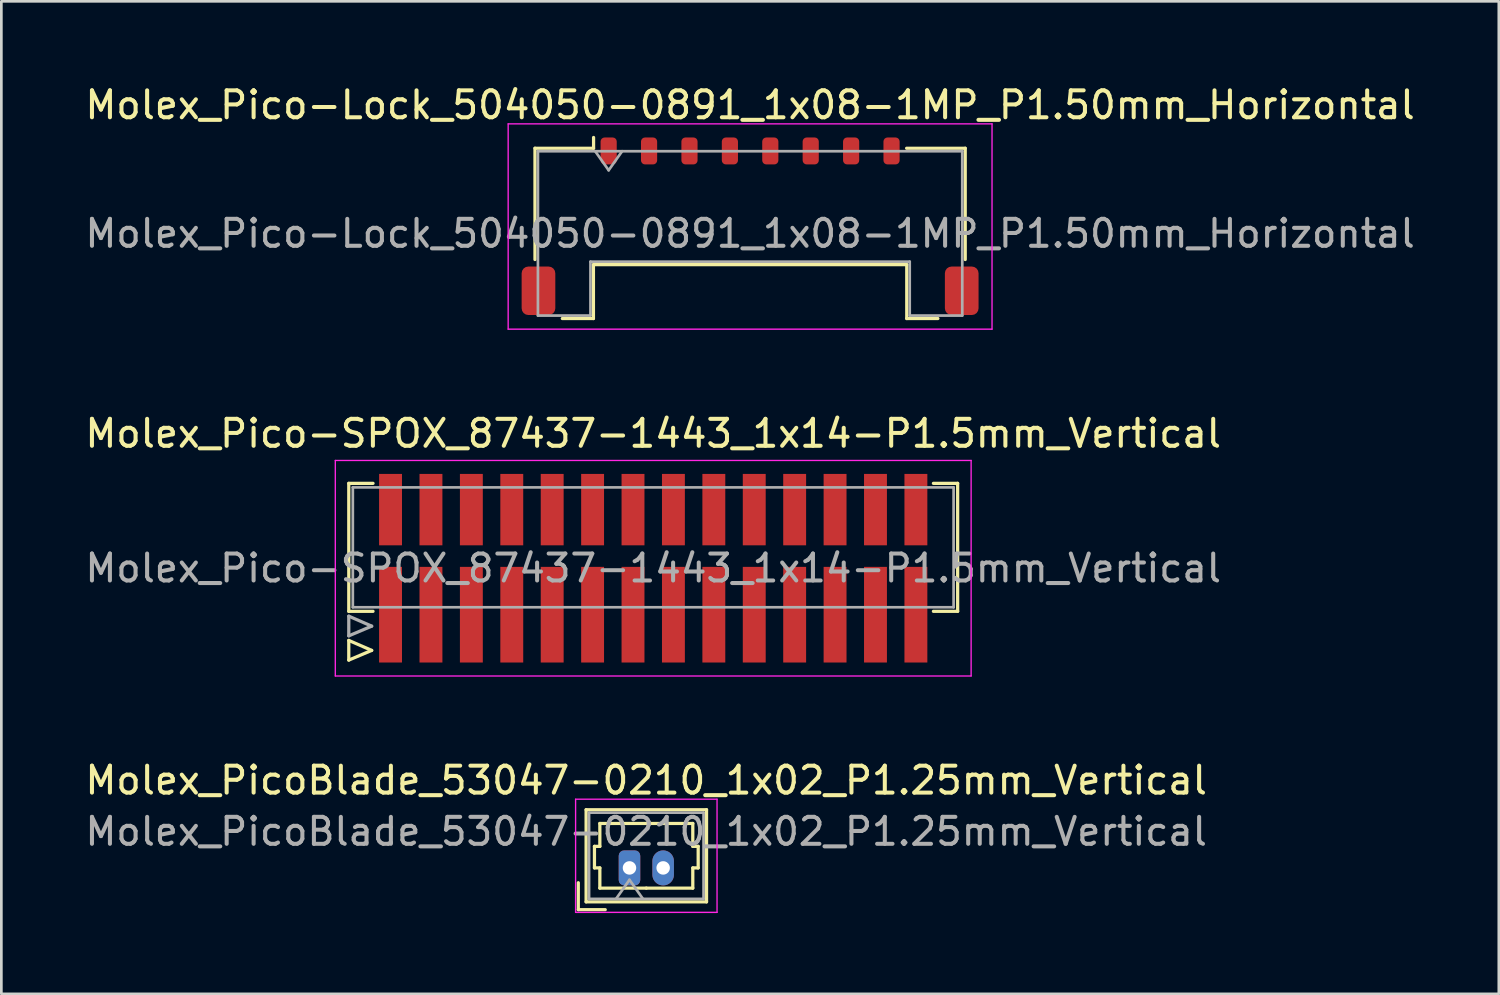
<source format=kicad_pcb>
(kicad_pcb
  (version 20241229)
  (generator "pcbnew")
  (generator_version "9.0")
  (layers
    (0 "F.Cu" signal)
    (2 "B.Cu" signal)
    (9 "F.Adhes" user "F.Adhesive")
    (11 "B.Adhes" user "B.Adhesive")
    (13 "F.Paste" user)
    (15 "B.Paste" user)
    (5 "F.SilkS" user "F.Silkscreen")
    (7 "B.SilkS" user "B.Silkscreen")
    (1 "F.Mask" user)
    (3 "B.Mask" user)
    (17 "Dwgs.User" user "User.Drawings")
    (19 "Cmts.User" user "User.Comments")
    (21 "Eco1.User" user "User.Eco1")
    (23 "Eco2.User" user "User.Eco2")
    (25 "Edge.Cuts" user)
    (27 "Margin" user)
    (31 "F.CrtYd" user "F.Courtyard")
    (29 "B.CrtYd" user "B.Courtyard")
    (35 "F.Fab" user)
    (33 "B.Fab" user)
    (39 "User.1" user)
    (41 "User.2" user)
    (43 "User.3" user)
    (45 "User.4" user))
  (footprint "Molex_PicoBlade_53047-0210_1x02_P1.25mm_Vertical"
    (layer "F.Cu")
    (at 20.315 29.165)
    (property "Reference" "Molex_PicoBlade_53047-0210_1x02_P1.25mm_Vertical" (at 0.62 -3.25 0) (layer "F.SilkS") (effects (font (size 1 1) (thickness 0.15))))
    (attr through_hole)
    (fp_line (start -1.9 1.55) (end -1.9 0.55) (stroke (width 0.12) (type solid)) (layer "F.SilkS"))
    (fp_line (start -1.9 1.55) (end -0.9 1.55) (stroke (width 0.12) (type solid)) (layer "F.SilkS"))
    (fp_line (start -1.61 -2.16) (end -1.61 1.26) (stroke (width 0.12) (type solid)) (layer "F.SilkS"))
    (fp_line (start -1.61 1.26) (end 2.86 1.26) (stroke (width 0.12) (type solid)) (layer "F.SilkS"))
    (fp_line (start -1.3 -0.8) (end -1.1 -0.8) (stroke (width 0.12) (type solid)) (layer "F.SilkS"))
    (fp_line (start -1.3 0) (end -1.3 -0.8) (stroke (width 0.12) (type solid)) (layer "F.SilkS"))
    (fp_line (start -1.1 -1.65) (end 0.625 -1.65) (stroke (width 0.12) (type solid)) (layer "F.SilkS"))
    (fp_line (start -1.1 -0.8) (end -1.1 -1.65) (stroke (width 0.12) (type solid)) (layer "F.SilkS"))
    (fp_line (start -1.1 0) (end -1.3 0) (stroke (width 0.12) (type solid)) (layer "F.SilkS"))
    (fp_line (start -1.1 0.75) (end -1.1 0) (stroke (width 0.12) (type solid)) (layer "F.SilkS"))
    (fp_line (start 0.625 0.75) (end -1.1 0.75) (stroke (width 0.12) (type solid)) (layer "F.SilkS"))
    (fp_line (start 0.625 0.75) (end 2.35 0.75) (stroke (width 0.12) (type solid)) (layer "F.SilkS"))
    (fp_line (start 2.35 -1.65) (end 0.625 -1.65) (stroke (width 0.12) (type solid)) (layer "F.SilkS"))
    (fp_line (start 2.35 -0.8) (end 2.35 -1.65) (stroke (width 0.12) (type solid)) (layer "F.SilkS"))
    (fp_line (start 2.35 0) (end 2.55 0) (stroke (width 0.12) (type solid)) (layer "F.SilkS"))
    (fp_line (start 2.35 0.75) (end 2.35 0) (stroke (width 0.12) (type solid)) (layer "F.SilkS"))
    (fp_line (start 2.55 -0.8) (end 2.35 -0.8) (stroke (width 0.12) (type solid)) (layer "F.SilkS"))
    (fp_line (start 2.55 0) (end 2.55 -0.8) (stroke (width 0.12) (type solid)) (layer "F.SilkS"))
    (fp_line (start 2.86 -2.16) (end -1.61 -2.16) (stroke (width 0.12) (type solid)) (layer "F.SilkS"))
    (fp_line (start 2.86 1.26) (end 2.86 -2.16) (stroke (width 0.12) (type solid)) (layer "F.SilkS"))
    (fp_line (start -2 -2.55) (end -2 1.65) (stroke (width 0.05) (type solid)) (layer "F.CrtYd"))
    (fp_line (start -2 1.65) (end 3.25 1.65) (stroke (width 0.05) (type solid)) (layer "F.CrtYd"))
    (fp_line (start 3.25 -2.55) (end -2 -2.55) (stroke (width 0.05) (type solid)) (layer "F.CrtYd"))
    (fp_line (start 3.25 1.65) (end 3.25 -2.55) (stroke (width 0.05) (type solid)) (layer "F.CrtYd"))
    (fp_line (start -1.5 -2.05) (end -1.5 1.15) (stroke (width 0.1) (type solid)) (layer "F.Fab"))
    (fp_line (start -1.5 1.15) (end 2.75 1.15) (stroke (width 0.1) (type solid)) (layer "F.Fab"))
    (fp_line (start -0.5 1.15) (end 0 0.443) (stroke (width 0.1) (type solid)) (layer "F.Fab"))
    (fp_line (start 0 0.443) (end 0.5 1.15) (stroke (width 0.1) (type solid)) (layer "F.Fab"))
    (fp_line (start 2.75 -2.05) (end -1.5 -2.05) (stroke (width 0.1) (type solid)) (layer "F.Fab"))
    (fp_line (start 2.75 1.15) (end 2.75 -2.05) (stroke (width 0.1) (type solid)) (layer "F.Fab"))
    (fp_text user "${REFERENCE}" (at 0.62 -1.35 0) (layer "F.Fab") (effects (font (size 1 1) (thickness 0.15))))
    (pad "1" thru_hole roundrect (at 0 0) (size 0.8 1.3) (drill 0.5) (layers "*.Cu" "*.Mask") (roundrect_rratio 0.25))
    (pad "2" thru_hole oval (at 1.25 0) (size 0.8 1.3) (drill 0.5) (layers "*.Cu" "*.Mask")))
  (footprint "Molex_Pico-SPOX_87437-1443_1x14-P1.5mm_Vertical"
    (layer "F.Cu")
    (at 21.196 18.041)
    (property "Reference" "Molex_Pico-SPOX_87437-1443_1x14-P1.5mm_Vertical" (at 0 -5 0) (layer "F.SilkS") (effects (font (size 1 1) (thickness 0.15))))
    (attr smd)
    (fp_line (start -11.3 -3.15) (end -10.4 -3.15) (stroke (width 0.12) (type solid)) (layer "F.SilkS"))
    (fp_line (start -11.3 1.6) (end -11.3 -3.15) (stroke (width 0.12) (type solid)) (layer "F.SilkS"))
    (fp_line (start -11.3 2.68) (end -11.3 3.41) (stroke (width 0.12) (type solid)) (layer "F.SilkS"))
    (fp_line (start -11.3 3.41) (end -10.45 3.05) (stroke (width 0.12) (type solid)) (layer "F.SilkS"))
    (fp_line (start -10.45 3.05) (end -11.3 2.68) (stroke (width 0.12) (type solid)) (layer "F.SilkS"))
    (fp_line (start -10.4 1.6) (end -11.3 1.6) (stroke (width 0.12) (type solid)) (layer "F.SilkS"))
    (fp_line (start 11.3 -3.15) (end 10.4 -3.15) (stroke (width 0.12) (type solid)) (layer "F.SilkS"))
    (fp_line (start 11.3 -3.15) (end 11.3 1.6) (stroke (width 0.12) (type solid)) (layer "F.SilkS"))
    (fp_line (start 11.3 1.6) (end 10.4 1.6) (stroke (width 0.12) (type solid)) (layer "F.SilkS"))
    (fp_line (start -11.8 -4) (end 11.8 -4) (stroke (width 0.05) (type solid)) (layer "F.CrtYd"))
    (fp_line (start -11.8 4) (end -11.8 -4) (stroke (width 0.05) (type solid)) (layer "F.CrtYd"))
    (fp_line (start 11.8 -4) (end 11.8 4) (stroke (width 0.05) (type solid)) (layer "F.CrtYd"))
    (fp_line (start 11.8 4) (end -11.8 4) (stroke (width 0.05) (type solid)) (layer "F.CrtYd"))
    (fp_line (start -11.3 1.78) (end -11.3 2.51) (stroke (width 0.12) (type solid)) (layer "F.Fab"))
    (fp_line (start -11.3 2.51) (end -10.45 2.15) (stroke (width 0.12) (type solid)) (layer "F.Fab"))
    (fp_line (start -11.15 -3) (end -11.15 1.45) (stroke (width 0.1) (type solid)) (layer "F.Fab"))
    (fp_line (start -11.15 -3) (end 11.15 -3) (stroke (width 0.1) (type solid)) (layer "F.Fab"))
    (fp_line (start -10.45 2.15) (end -11.3 1.78) (stroke (width 0.12) (type solid)) (layer "F.Fab"))
    (fp_line (start 11.15 -3) (end 11.15 1.45) (stroke (width 0.1) (type solid)) (layer "F.Fab"))
    (fp_line (start 11.15 1.45) (end -11.15 1.45) (stroke (width 0.1) (type solid)) (layer "F.Fab"))
    (fp_text user "${REFERENCE}" (at 0 0 0) (layer "F.Fab") (effects (font (size 1 1) (thickness 0.15))))
    (pad "1" smd rect (at -9.75 -2.175 90) (size 2.65 0.85) (layers "F.Cu" "F.Mask" "F.Paste"))
    (pad "1" smd rect (at -9.75 1.725 90) (size 3.55 0.85) (layers "F.Cu" "F.Mask" "F.Paste"))
    (pad "2" smd rect (at -8.25 -2.175 90) (size 2.65 0.85) (layers "F.Cu" "F.Mask" "F.Paste"))
    (pad "2" smd rect (at -8.25 1.725 90) (size 3.55 0.85) (layers "F.Cu" "F.Mask" "F.Paste"))
    (pad "3" smd rect (at -6.75 -2.175 90) (size 2.65 0.85) (layers "F.Cu" "F.Mask" "F.Paste"))
    (pad "3" smd rect (at -6.75 1.725 90) (size 3.55 0.85) (layers "F.Cu" "F.Mask" "F.Paste"))
    (pad "4" smd rect (at -5.25 -2.175 90) (size 2.65 0.85) (layers "F.Cu" "F.Mask" "F.Paste"))
    (pad "4" smd rect (at -5.25 1.725 90) (size 3.55 0.85) (layers "F.Cu" "F.Mask" "F.Paste"))
    (pad "5" smd rect (at -3.75 -2.175 90) (size 2.65 0.85) (layers "F.Cu" "F.Mask" "F.Paste"))
    (pad "5" smd rect (at -3.75 1.725 90) (size 3.55 0.85) (layers "F.Cu" "F.Mask" "F.Paste"))
    (pad "6" smd rect (at -2.25 -2.175 90) (size 2.65 0.85) (layers "F.Cu" "F.Mask" "F.Paste"))
    (pad "6" smd rect (at -2.25 1.725 90) (size 3.55 0.85) (layers "F.Cu" "F.Mask" "F.Paste"))
    (pad "7" smd rect (at -0.75 -2.175 90) (size 2.65 0.85) (layers "F.Cu" "F.Mask" "F.Paste"))
    (pad "7" smd rect (at -0.75 1.725 90) (size 3.55 0.85) (layers "F.Cu" "F.Mask" "F.Paste"))
    (pad "8" smd rect (at 0.75 -2.175 90) (size 2.65 0.85) (layers "F.Cu" "F.Mask" "F.Paste"))
    (pad "8" smd rect (at 0.75 1.725 90) (size 3.55 0.85) (layers "F.Cu" "F.Mask" "F.Paste"))
    (pad "9" smd rect (at 2.25 -2.175 90) (size 2.65 0.85) (layers "F.Cu" "F.Mask" "F.Paste"))
    (pad "9" smd rect (at 2.25 1.725 90) (size 3.55 0.85) (layers "F.Cu" "F.Mask" "F.Paste"))
    (pad "10" smd rect (at 3.75 -2.175 90) (size 2.65 0.85) (layers "F.Cu" "F.Mask" "F.Paste"))
    (pad "10" smd rect (at 3.75 1.725 90) (size 3.55 0.85) (layers "F.Cu" "F.Mask" "F.Paste"))
    (pad "11" smd rect (at 5.25 -2.175 90) (size 2.65 0.85) (layers "F.Cu" "F.Mask" "F.Paste"))
    (pad "11" smd rect (at 5.25 1.725 90) (size 3.55 0.85) (layers "F.Cu" "F.Mask" "F.Paste"))
    (pad "12" smd rect (at 6.75 -2.175 90) (size 2.65 0.85) (layers "F.Cu" "F.Mask" "F.Paste"))
    (pad "12" smd rect (at 6.75 1.725 90) (size 3.55 0.85) (layers "F.Cu" "F.Mask" "F.Paste"))
    (pad "13" smd rect (at 8.25 -2.175 90) (size 2.65 0.85) (layers "F.Cu" "F.Mask" "F.Paste"))
    (pad "13" smd rect (at 8.25 1.725 90) (size 3.55 0.85) (layers "F.Cu" "F.Mask" "F.Paste"))
    (pad "14" smd rect (at 9.75 -2.175 90) (size 2.65 0.85) (layers "F.Cu" "F.Mask" "F.Paste"))
    (pad "14" smd rect (at 9.75 1.725 90) (size 3.55 0.85) (layers "F.Cu" "F.Mask" "F.Paste")))
  (footprint "Molex_Pico-Lock_504050-0891_1x08-1MP_P1.50mm_Horizontal"
    (layer "F.Cu")
    (at 24.792 5.348)
    (property "Reference" "Molex_Pico-Lock_504050-0891_1x08-1MP_P1.50mm_Horizontal" (at 0 -4.5 0) (layer "F.SilkS") (effects (font (size 1 1) (thickness 0.15))))
    (attr smd)
    (fp_line (start -7.985 -2.895) (end -5.81 -2.895) (stroke (width 0.12) (type solid)) (layer "F.SilkS"))
    (fp_line (start -7.985 1.235) (end -7.985 -2.895) (stroke (width 0.12) (type solid)) (layer "F.SilkS"))
    (fp_line (start -6.97 3.425) (end -5.815 3.425) (stroke (width 0.12) (type solid)) (layer "F.SilkS"))
    (fp_line (start -5.815 1.425) (end 5.815 1.425) (stroke (width 0.12) (type solid)) (layer "F.SilkS"))
    (fp_line (start -5.815 3.425) (end -5.815 1.425) (stroke (width 0.12) (type solid)) (layer "F.SilkS"))
    (fp_line (start -5.81 -2.895) (end -5.81 -3.295) (stroke (width 0.12) (type solid)) (layer "F.SilkS"))
    (fp_line (start 5.815 1.425) (end 5.815 3.425) (stroke (width 0.12) (type solid)) (layer "F.SilkS"))
    (fp_line (start 5.815 3.425) (end 6.97 3.425) (stroke (width 0.12) (type solid)) (layer "F.SilkS"))
    (fp_line (start 7.985 -2.895) (end 5.81 -2.895) (stroke (width 0.12) (type solid)) (layer "F.SilkS"))
    (fp_line (start 7.985 1.235) (end 7.985 -2.895) (stroke (width 0.12) (type solid)) (layer "F.SilkS"))
    (fp_line (start -8.98 -3.8) (end -8.98 3.82) (stroke (width 0.05) (type solid)) (layer "F.CrtYd"))
    (fp_line (start -8.98 3.82) (end 8.98 3.82) (stroke (width 0.05) (type solid)) (layer "F.CrtYd"))
    (fp_line (start 8.98 -3.8) (end -8.98 -3.8) (stroke (width 0.05) (type solid)) (layer "F.CrtYd"))
    (fp_line (start 8.98 3.82) (end 8.98 -3.8) (stroke (width 0.05) (type solid)) (layer "F.CrtYd"))
    (fp_line (start -7.875 -2.785) (end -7.875 3.315) (stroke (width 0.1) (type solid)) (layer "F.Fab"))
    (fp_line (start -7.875 -2.785) (end 7.875 -2.785) (stroke (width 0.1) (type solid)) (layer "F.Fab"))
    (fp_line (start -7.875 3.315) (end -5.925 3.315) (stroke (width 0.1) (type solid)) (layer "F.Fab"))
    (fp_line (start -5.925 1.315) (end 5.925 1.315) (stroke (width 0.1) (type solid)) (layer "F.Fab"))
    (fp_line (start -5.925 3.315) (end -5.925 1.315) (stroke (width 0.1) (type solid)) (layer "F.Fab"))
    (fp_line (start -5.75 -2.785) (end -5.25 -2.078) (stroke (width 0.1) (type solid)) (layer "F.Fab"))
    (fp_line (start -5.25 -2.078) (end -4.75 -2.785) (stroke (width 0.1) (type solid)) (layer "F.Fab"))
    (fp_line (start 5.925 1.315) (end 5.925 3.315) (stroke (width 0.1) (type solid)) (layer "F.Fab"))
    (fp_line (start 5.925 3.315) (end 7.875 3.315) (stroke (width 0.1) (type solid)) (layer "F.Fab"))
    (fp_line (start 7.875 -2.785) (end 7.875 3.315) (stroke (width 0.1) (type solid)) (layer "F.Fab"))
    (fp_text user "${REFERENCE}" (at 0 0.27 0) (layer "F.Fab") (effects (font (size 1 1) (thickness 0.15))))
    (pad "1" smd roundrect (at -5.25 -2.795) (size 0.6 1) (layers "F.Cu" "F.Mask" "F.Paste") (roundrect_rratio 0.25))
    (pad "2" smd roundrect (at -3.75 -2.795) (size 0.6 1) (layers "F.Cu" "F.Mask" "F.Paste") (roundrect_rratio 0.25))
    (pad "3" smd roundrect (at -2.25 -2.795) (size 0.6 1) (layers "F.Cu" "F.Mask" "F.Paste") (roundrect_rratio 0.25))
    (pad "4" smd roundrect (at -0.75 -2.795) (size 0.6 1) (layers "F.Cu" "F.Mask" "F.Paste") (roundrect_rratio 0.25))
    (pad "5" smd roundrect (at 0.75 -2.795) (size 0.6 1) (layers "F.Cu" "F.Mask" "F.Paste") (roundrect_rratio 0.25))
    (pad "6" smd roundrect (at 2.25 -2.795) (size 0.6 1) (layers "F.Cu" "F.Mask" "F.Paste") (roundrect_rratio 0.25))
    (pad "7" smd roundrect (at 3.75 -2.795) (size 0.6 1) (layers "F.Cu" "F.Mask" "F.Paste") (roundrect_rratio 0.25))
    (pad "8" smd roundrect (at 5.25 -2.795) (size 0.6 1) (layers "F.Cu" "F.Mask" "F.Paste") (roundrect_rratio 0.25))
    (pad "MP" smd roundrect (at -7.855 2.395) (size 1.25 1.8) (layers "F.Cu" "F.Mask" "F.Paste") (roundrect_rratio 0.2))
    (pad "MP" smd roundrect (at 7.855 2.395) (size 1.25 1.8) (layers "F.Cu" "F.Mask" "F.Paste") (roundrect_rratio 0.2)))
  (gr_rect
    (start -3 -3)
    (end 52.583 33.84)
    (stroke (width 0.1) (type default))
    (fill no)
    (layer "Edge.Cuts")))
</source>
